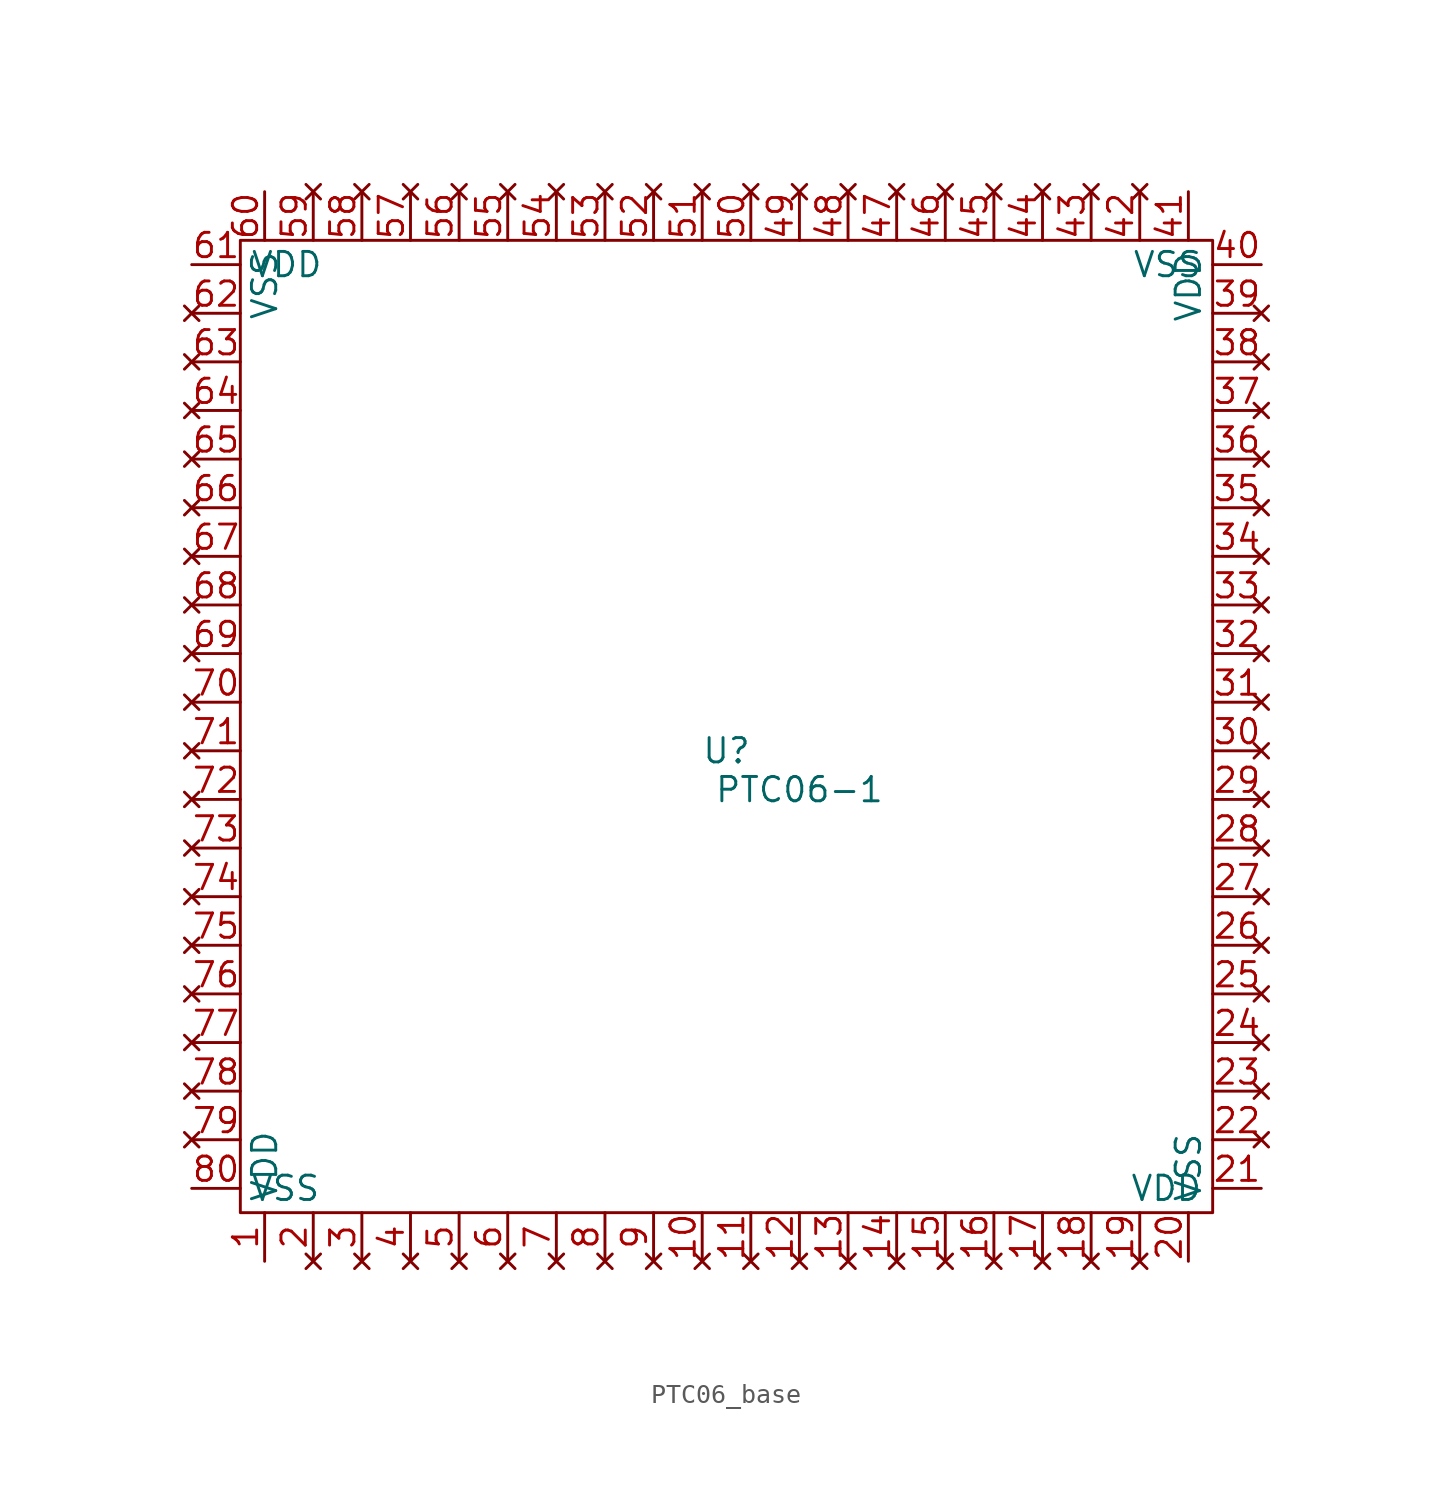
<source format=kicad_sym>
(kicad_symbol_lib
  (version 20231120)
  (generator "kicad_symbol_editor")
  (generator_version "8.0")
  (symbol "PTC06_base"
    (property "Reference" "U"
      (at 0 0 0)
      (effects (font (size 1.27 1.27))))
    (property "Value" "PTC06-1"
      (at 3.81 -2.032 0)
      (effects (font (size 1.27 1.27))))
    (symbol "PTC06_base_0_1"
      (rectangle (start -25.4 26.67) (end 25.4 -24.13) (stroke (width 0) (type default)) (fill (type none))))
    (symbol "PTC06_base_1_0"
      (pin power_in line (at -24.13 -26.67 90) (length 2.54) (name "VDD" (effects (font (size 1.27 1.27)))) (number "1" (effects (font (size 1.27 1.27)))))
      (pin no_connect line (at -1.27 -26.67 90) (length 2.54) (name "" (effects (font (size 1.27 1.27)))) (number "10" (effects (font (size 1.27 1.27)))))
      (pin no_connect line (at 1.27 -26.67 90) (length 2.54) (name "" (effects (font (size 1.27 1.27)))) (number "11" (effects (font (size 1.27 1.27)))))
      (pin no_connect line (at 3.81 -26.67 90) (length 2.54) (name "" (effects (font (size 1.27 1.27)))) (number "12" (effects (font (size 1.27 1.27)))))
      (pin no_connect line (at 6.35 -26.67 90) (length 2.54) (name "" (effects (font (size 1.27 1.27)))) (number "13" (effects (font (size 1.27 1.27)))))
      (pin no_connect line (at 8.89 -26.67 90) (length 2.54) (name "" (effects (font (size 1.27 1.27)))) (number "14" (effects (font (size 1.27 1.27)))))
      (pin no_connect line (at 11.43 -26.67 90) (length 2.54) (name "" (effects (font (size 1.27 1.27)))) (number "15" (effects (font (size 1.27 1.27)))))
      (pin no_connect line (at 13.97 -26.67 90) (length 2.54) (name "" (effects (font (size 1.27 1.27)))) (number "16" (effects (font (size 1.27 1.27)))))
      (pin no_connect line (at 16.51 -26.67 90) (length 2.54) (name "" (effects (font (size 1.27 1.27)))) (number "17" (effects (font (size 1.27 1.27)))))
      (pin no_connect line (at 19.05 -26.67 90) (length 2.54) (name "" (effects (font (size 1.27 1.27)))) (number "18" (effects (font (size 1.27 1.27)))))
      (pin no_connect line (at 21.59 -26.67 90) (length 2.54) (name "" (effects (font (size 1.27 1.27)))) (number "19" (effects (font (size 1.27 1.27)))))
      (pin no_connect line (at -21.59 -26.67 90) (length 2.54) (name "" (effects (font (size 1.27 1.27)))) (number "2" (effects (font (size 1.27 1.27)))))
      (pin power_in line (at 24.13 -26.67 90) (length 2.54) (name "VSS" (effects (font (size 1.27 1.27)))) (number "20" (effects (font (size 1.27 1.27)))))
      (pin power_in line (at 27.94 -22.86 180) (length 2.54) (name "VDD" (effects (font (size 1.27 1.27)))) (number "21" (effects (font (size 1.27 1.27)))))
      (pin no_connect line (at 27.94 -20.32 180) (length 2.54) (name "" (effects (font (size 1.27 1.27)))) (number "22" (effects (font (size 1.27 1.27)))))
      (pin no_connect line (at 27.94 -17.78 180) (length 2.54) (name "" (effects (font (size 1.27 1.27)))) (number "23" (effects (font (size 1.27 1.27)))))
      (pin no_connect line (at 27.94 -15.24 180) (length 2.54) (name "" (effects (font (size 1.27 1.27)))) (number "24" (effects (font (size 1.27 1.27)))))
      (pin no_connect line (at 27.94 -12.7 180) (length 2.54) (name "" (effects (font (size 1.27 1.27)))) (number "25" (effects (font (size 1.27 1.27)))))
      (pin no_connect line (at 27.94 -10.16 180) (length 2.54) (name "" (effects (font (size 1.27 1.27)))) (number "26" (effects (font (size 1.27 1.27)))))
      (pin no_connect line (at 27.94 -7.62 180) (length 2.54) (name "" (effects (font (size 1.27 1.27)))) (number "27" (effects (font (size 1.27 1.27)))))
      (pin no_connect line (at 27.94 -5.08 180) (length 2.54) (name "" (effects (font (size 1.27 1.27)))) (number "28" (effects (font (size 1.27 1.27)))))
      (pin no_connect line (at 27.94 -2.54 180) (length 2.54) (name "" (effects (font (size 1.27 1.27)))) (number "29" (effects (font (size 1.27 1.27)))))
      (pin no_connect line (at -19.05 -26.67 90) (length 2.54) (name "" (effects (font (size 1.27 1.27)))) (number "3" (effects (font (size 1.27 1.27)))))
      (pin no_connect line (at 27.94 0 180) (length 2.54) (name "" (effects (font (size 1.27 1.27)))) (number "30" (effects (font (size 1.27 1.27)))))
      (pin no_connect line (at 27.94 2.54 180) (length 2.54) (name "" (effects (font (size 1.27 1.27)))) (number "31" (effects (font (size 1.27 1.27)))))
      (pin no_connect line (at 27.94 5.08 180) (length 2.54) (name "" (effects (font (size 1.27 1.27)))) (number "32" (effects (font (size 1.27 1.27)))))
      (pin no_connect line (at 27.94 7.62 180) (length 2.54) (name "" (effects (font (size 1.27 1.27)))) (number "33" (effects (font (size 1.27 1.27)))))
      (pin no_connect line (at 27.94 10.16 180) (length 2.54) (name "" (effects (font (size 1.27 1.27)))) (number "34" (effects (font (size 1.27 1.27)))))
      (pin no_connect line (at 27.94 12.7 180) (length 2.54) (name "" (effects (font (size 1.27 1.27)))) (number "35" (effects (font (size 1.27 1.27)))))
      (pin no_connect line (at 27.94 15.24 180) (length 2.54) (name "" (effects (font (size 1.27 1.27)))) (number "36" (effects (font (size 1.27 1.27)))))
      (pin no_connect line (at 27.94 17.78 180) (length 2.54) (name "" (effects (font (size 1.27 1.27)))) (number "37" (effects (font (size 1.27 1.27)))))
      (pin no_connect line (at 27.94 20.32 180) (length 2.54) (name "" (effects (font (size 1.27 1.27)))) (number "38" (effects (font (size 1.27 1.27)))))
      (pin no_connect line (at 27.94 22.86 180) (length 2.54) (name "" (effects (font (size 1.27 1.27)))) (number "39" (effects (font (size 1.27 1.27)))))
      (pin no_connect line (at -16.51 -26.67 90) (length 2.54) (name "" (effects (font (size 1.27 1.27)))) (number "4" (effects (font (size 1.27 1.27)))))
      (pin power_in line (at 27.94 25.4 180) (length 2.54) (name "VSS" (effects (font (size 1.27 1.27)))) (number "40" (effects (font (size 1.27 1.27)))))
      (pin power_in line (at 24.13 29.21 270) (length 2.54) (name "VDD" (effects (font (size 1.27 1.27)))) (number "41" (effects (font (size 1.27 1.27)))))
      (pin no_connect line (at 21.59 29.21 270) (length 2.54) (name "" (effects (font (size 1.27 1.27)))) (number "42" (effects (font (size 1.27 1.27)))))
      (pin no_connect line (at 19.05 29.21 270) (length 2.54) (name "" (effects (font (size 1.27 1.27)))) (number "43" (effects (font (size 1.27 1.27)))))
      (pin no_connect line (at 16.51 29.21 270) (length 2.54) (name "" (effects (font (size 1.27 1.27)))) (number "44" (effects (font (size 1.27 1.27)))))
      (pin no_connect line (at 13.97 29.21 270) (length 2.54) (name "" (effects (font (size 1.27 1.27)))) (number "45" (effects (font (size 1.27 1.27)))))
      (pin no_connect line (at 11.43 29.21 270) (length 2.54) (name "" (effects (font (size 1.27 1.27)))) (number "46" (effects (font (size 1.27 1.27)))))
      (pin no_connect line (at 8.89 29.21 270) (length 2.54) (name "" (effects (font (size 1.27 1.27)))) (number "47" (effects (font (size 1.27 1.27)))))
      (pin no_connect line (at 6.35 29.21 270) (length 2.54) (name "" (effects (font (size 1.27 1.27)))) (number "48" (effects (font (size 1.27 1.27)))))
      (pin no_connect line (at 3.81 29.21 270) (length 2.54) (name "" (effects (font (size 1.27 1.27)))) (number "49" (effects (font (size 1.27 1.27)))))
      (pin no_connect line (at -13.97 -26.67 90) (length 2.54) (name "" (effects (font (size 1.27 1.27)))) (number "5" (effects (font (size 1.27 1.27)))))
      (pin no_connect line (at 1.27 29.21 270) (length 2.54) (name "" (effects (font (size 1.27 1.27)))) (number "50" (effects (font (size 1.27 1.27)))))
      (pin no_connect line (at -1.27 29.21 270) (length 2.54) (name "" (effects (font (size 1.27 1.27)))) (number "51" (effects (font (size 1.27 1.27)))))
      (pin no_connect line (at -3.81 29.21 270) (length 2.54) (name "" (effects (font (size 1.27 1.27)))) (number "52" (effects (font (size 1.27 1.27)))))
      (pin no_connect line (at -6.35 29.21 270) (length 2.54) (name "" (effects (font (size 1.27 1.27)))) (number "53" (effects (font (size 1.27 1.27)))))
      (pin no_connect line (at -8.89 29.21 270) (length 2.54) (name "" (effects (font (size 1.27 1.27)))) (number "54" (effects (font (size 1.27 1.27)))))
      (pin no_connect line (at -11.43 29.21 270) (length 2.54) (name "" (effects (font (size 1.27 1.27)))) (number "55" (effects (font (size 1.27 1.27)))))
      (pin no_connect line (at -13.97 29.21 270) (length 2.54) (name "" (effects (font (size 1.27 1.27)))) (number "56" (effects (font (size 1.27 1.27)))))
      (pin no_connect line (at -16.51 29.21 270) (length 2.54) (name "" (effects (font (size 1.27 1.27)))) (number "57" (effects (font (size 1.27 1.27)))))
      (pin no_connect line (at -19.05 29.21 270) (length 2.54) (name "" (effects (font (size 1.27 1.27)))) (number "58" (effects (font (size 1.27 1.27)))))
      (pin no_connect line (at -21.59 29.21 270) (length 2.54) (name "" (effects (font (size 1.27 1.27)))) (number "59" (effects (font (size 1.27 1.27)))))
      (pin no_connect line (at -11.43 -26.67 90) (length 2.54) (name "" (effects (font (size 1.27 1.27)))) (number "6" (effects (font (size 1.27 1.27)))))
      (pin power_in line (at -24.13 29.21 270) (length 2.54) (name "VSS" (effects (font (size 1.27 1.27)))) (number "60" (effects (font (size 1.27 1.27)))))
      (pin power_in line (at -27.94 25.4 0) (length 2.54) (name "VDD" (effects (font (size 1.27 1.27)))) (number "61" (effects (font (size 1.27 1.27)))))
      (pin no_connect line (at -27.94 22.86 0) (length 2.54) (name "" (effects (font (size 1.27 1.27)))) (number "62" (effects (font (size 1.27 1.27)))))
      (pin no_connect line (at -27.94 20.32 0) (length 2.54) (name "" (effects (font (size 1.27 1.27)))) (number "63" (effects (font (size 1.27 1.27)))))
      (pin no_connect line (at -27.94 17.78 0) (length 2.54) (name "" (effects (font (size 1.27 1.27)))) (number "64" (effects (font (size 1.27 1.27)))))
      (pin no_connect line (at -27.94 15.24 0) (length 2.54) (name "" (effects (font (size 1.27 1.27)))) (number "65" (effects (font (size 1.27 1.27)))))
      (pin no_connect line (at -27.94 12.7 0) (length 2.54) (name "" (effects (font (size 1.27 1.27)))) (number "66" (effects (font (size 1.27 1.27)))))
      (pin no_connect line (at -27.94 10.16 0) (length 2.54) (name "" (effects (font (size 1.27 1.27)))) (number "67" (effects (font (size 1.27 1.27)))))
      (pin no_connect line (at -27.94 7.62 0) (length 2.54) (name "" (effects (font (size 1.27 1.27)))) (number "68" (effects (font (size 1.27 1.27)))))
      (pin no_connect line (at -27.94 5.08 0) (length 2.54) (name "" (effects (font (size 1.27 1.27)))) (number "69" (effects (font (size 1.27 1.27)))))
      (pin no_connect line (at -8.89 -26.67 90) (length 2.54) (name "" (effects (font (size 1.27 1.27)))) (number "7" (effects (font (size 1.27 1.27)))))
      (pin no_connect line (at -27.94 2.54 0) (length 2.54) (name "" (effects (font (size 1.27 1.27)))) (number "70" (effects (font (size 1.27 1.27)))))
      (pin no_connect line (at -27.94 0 0) (length 2.54) (name "" (effects (font (size 1.27 1.27)))) (number "71" (effects (font (size 1.27 1.27)))))
      (pin no_connect line (at -27.94 -2.54 0) (length 2.54) (name "" (effects (font (size 1.27 1.27)))) (number "72" (effects (font (size 1.27 1.27)))))
      (pin no_connect line (at -27.94 -5.08 0) (length 2.54) (name "" (effects (font (size 1.27 1.27)))) (number "73" (effects (font (size 1.27 1.27)))))
      (pin no_connect line (at -27.94 -7.62 0) (length 2.54) (name "" (effects (font (size 1.27 1.27)))) (number "74" (effects (font (size 1.27 1.27)))))
      (pin no_connect line (at -27.94 -10.16 0) (length 2.54) (name "" (effects (font (size 1.27 1.27)))) (number "75" (effects (font (size 1.27 1.27)))))
      (pin no_connect line (at -27.94 -12.7 0) (length 2.54) (name "" (effects (font (size 1.27 1.27)))) (number "76" (effects (font (size 1.27 1.27)))))
      (pin no_connect line (at -27.94 -15.24 0) (length 2.54) (name "" (effects (font (size 1.27 1.27)))) (number "77" (effects (font (size 1.27 1.27)))))
      (pin no_connect line (at -27.94 -17.78 0) (length 2.54) (name "" (effects (font (size 1.27 1.27)))) (number "78" (effects (font (size 1.27 1.27)))))
      (pin no_connect line (at -27.94 -20.32 0) (length 2.54) (name "" (effects (font (size 1.27 1.27)))) (number "79" (effects (font (size 1.27 1.27)))))
      (pin no_connect line (at -6.35 -26.67 90) (length 2.54) (name "" (effects (font (size 1.27 1.27)))) (number "8" (effects (font (size 1.27 1.27)))))
      (pin power_in line (at -27.94 -22.86 0) (length 2.54) (name "VSS" (effects (font (size 1.27 1.27)))) (number "80" (effects (font (size 1.27 1.27)))))
      (pin no_connect line (at -3.81 -26.67 90) (length 2.54) (name "" (effects (font (size 1.27 1.27)))) (number "9" (effects (font (size 1.27 1.27))))))))
</source>
